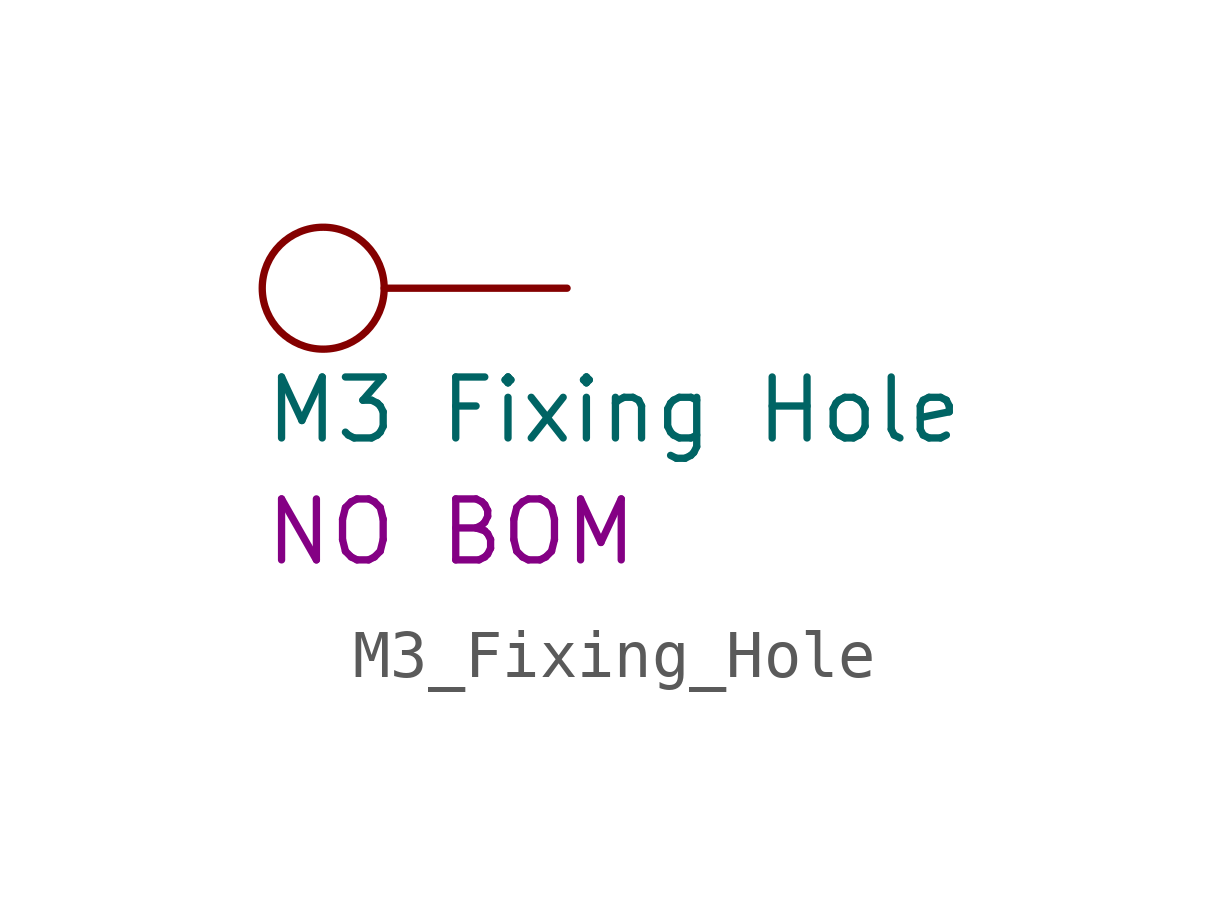
<source format=kicad_sym>
(kicad_symbol_lib
  (version 20220914)
  (generator kicad_symbol_editor)
  (symbol "M3_Fixing_Hole"
    (pin_numbers hide)
    (pin_names
      (offset 0) hide)
    (property "Reference" "J"
      (at 0 2.54 0)
      (effects (font (size 1.27 1.27)) (justify left) hide))
    (property "Value" "M3 Fixing Hole"
      (at 0 -2.54 0)
      (effects (font (size 1.27 1.27)) (justify left)))
    (property "Manufacturer" "NO BOM"
      (at 0 -5.08 0)
      (effects (font (size 1.27 1.27)) (justify left)))
    (symbol "M3_Fixing_Hole_0_1"
      (circle (center 1.27 0) (radius 1.27) (stroke (width 0) (type default)) (fill (type none))))
    (symbol "M3_Fixing_Hole_1_1"
      (pin passive line (at 6.35 0 180) (length 3.81) (name "Pin_1" (effects (font (size 1.27 1.27)))) (number "1" (effects (font (size 1.27 1.27))))))))
</source>
